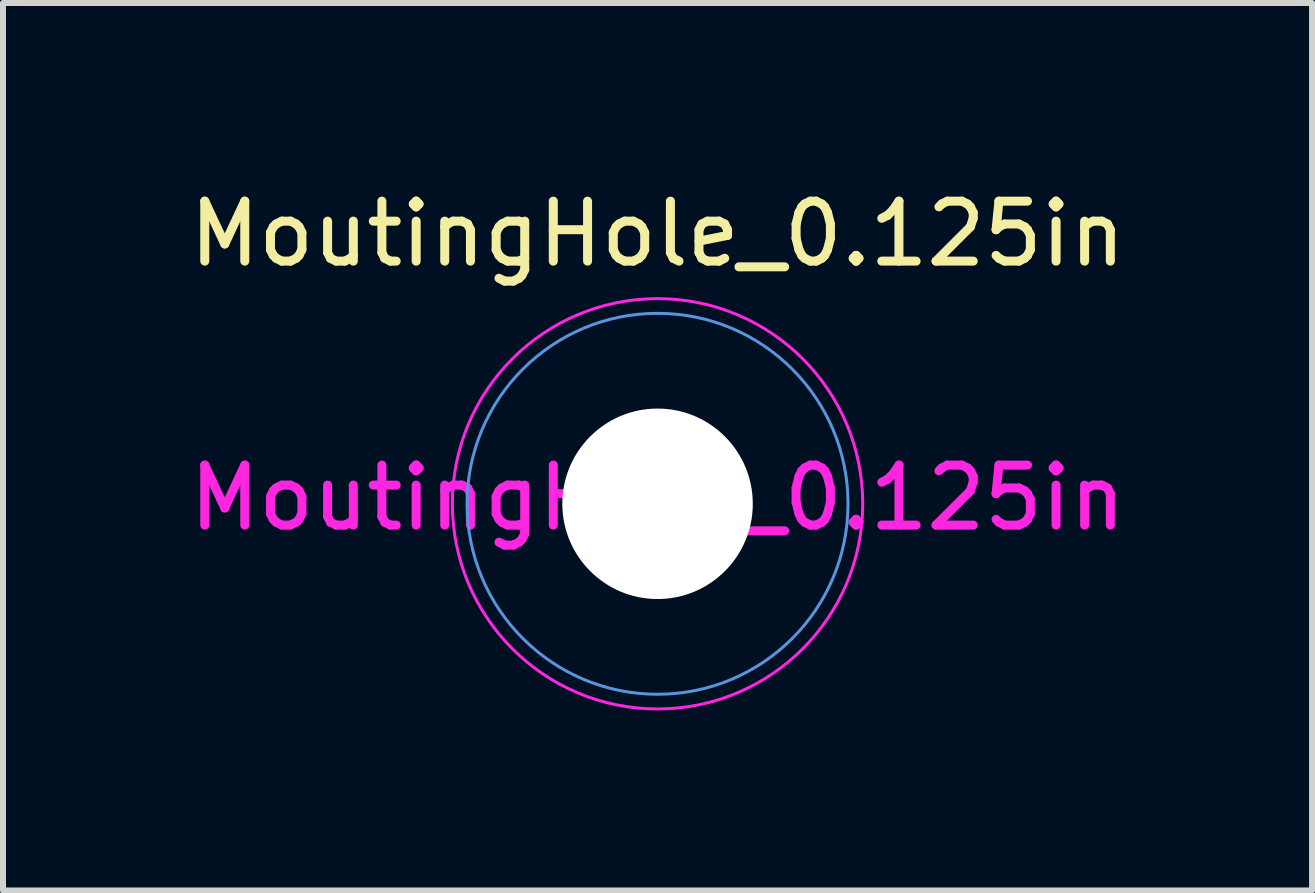
<source format=kicad_pcb>
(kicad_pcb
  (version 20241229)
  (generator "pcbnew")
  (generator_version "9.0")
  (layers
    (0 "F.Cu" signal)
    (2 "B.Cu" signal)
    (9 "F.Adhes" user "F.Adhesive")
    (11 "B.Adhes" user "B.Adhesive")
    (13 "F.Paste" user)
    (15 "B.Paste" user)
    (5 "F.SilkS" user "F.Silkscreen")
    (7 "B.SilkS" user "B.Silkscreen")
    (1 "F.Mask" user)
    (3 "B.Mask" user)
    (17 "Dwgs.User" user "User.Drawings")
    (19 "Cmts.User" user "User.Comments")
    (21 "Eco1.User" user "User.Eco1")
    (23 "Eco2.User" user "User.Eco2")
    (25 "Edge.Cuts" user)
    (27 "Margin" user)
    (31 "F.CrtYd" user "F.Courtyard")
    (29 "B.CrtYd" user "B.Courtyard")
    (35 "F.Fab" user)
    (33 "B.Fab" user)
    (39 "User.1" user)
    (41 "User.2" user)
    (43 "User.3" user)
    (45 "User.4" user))
  (footprint "MoutingHole_0.125in"
    (layer "F.Cu")
    (at 7.911 5.348)
    (property "Reference" "MoutingHole_0.125in" (at 0 -4.5 0) (layer "F.SilkS") (effects (font (size 1 1) (thickness 0.15))))
    (attr exclude_from_pos_files exclude_from_bom)
    (fp_circle (center 0 0) (end 3.175 0) (stroke (width 0.05) (type solid)) (fill no) (layer "Cmts.User"))
    (fp_circle (center 0 0) (end 3.42 0) (stroke (width 0.05) (type solid)) (fill no) (layer "F.CrtYd"))
    (fp_text user "${REFERENCE}" (at 0 -0.1 0) (layer "F.CrtYd") (effects (font (size 1 1) (thickness 0.15))))
    (pad "" np_thru_hole circle (at 0 0) (size 3.175 3.175) (drill 3.175) (layers "*.Cu" "*.Mask")))
  (gr_rect
    (start -3 -3)
    (end 18.821 11.793)
    (stroke (width 0.1) (type default))
    (fill no)
    (layer "Edge.Cuts")))
</source>
